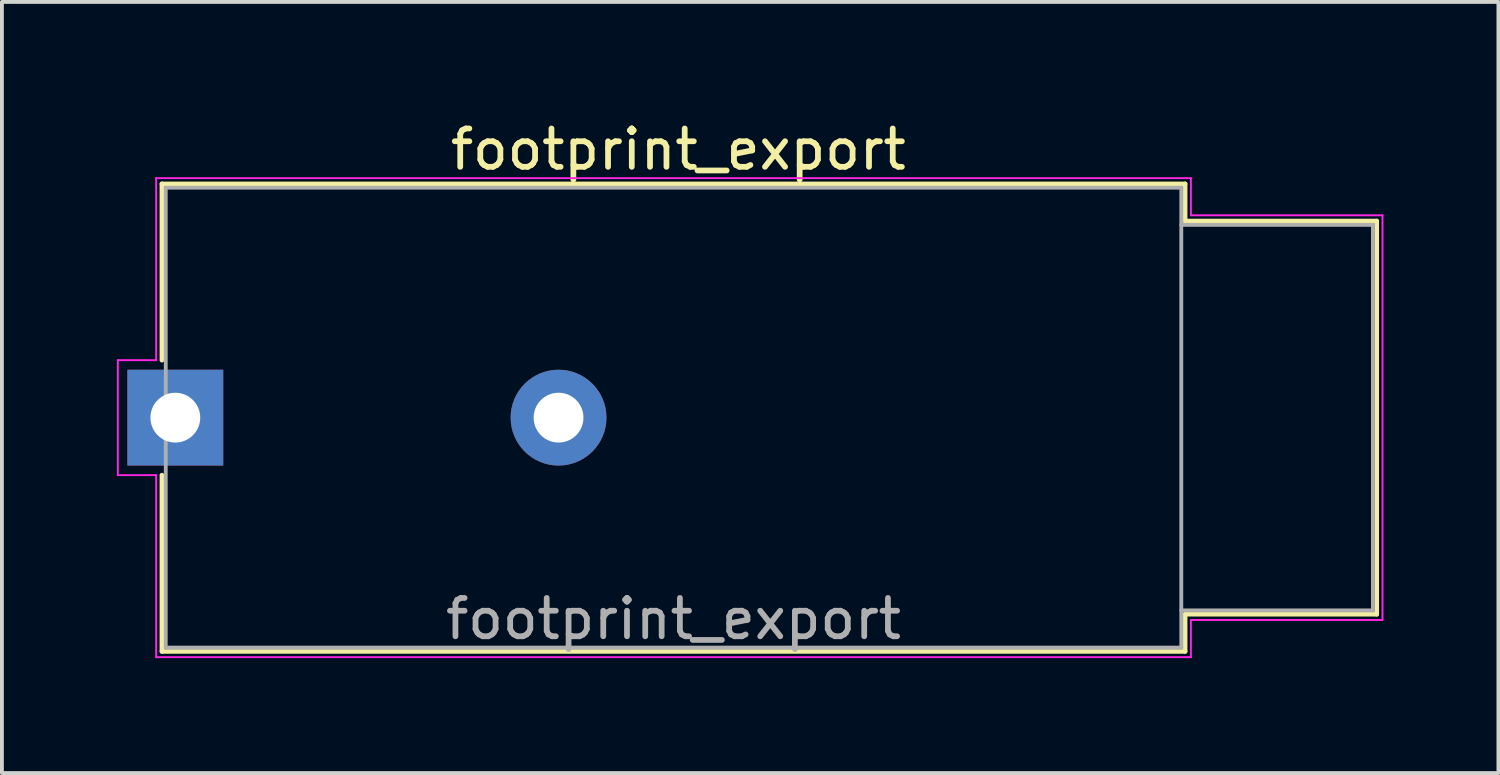
<source format=kicad_pcb>
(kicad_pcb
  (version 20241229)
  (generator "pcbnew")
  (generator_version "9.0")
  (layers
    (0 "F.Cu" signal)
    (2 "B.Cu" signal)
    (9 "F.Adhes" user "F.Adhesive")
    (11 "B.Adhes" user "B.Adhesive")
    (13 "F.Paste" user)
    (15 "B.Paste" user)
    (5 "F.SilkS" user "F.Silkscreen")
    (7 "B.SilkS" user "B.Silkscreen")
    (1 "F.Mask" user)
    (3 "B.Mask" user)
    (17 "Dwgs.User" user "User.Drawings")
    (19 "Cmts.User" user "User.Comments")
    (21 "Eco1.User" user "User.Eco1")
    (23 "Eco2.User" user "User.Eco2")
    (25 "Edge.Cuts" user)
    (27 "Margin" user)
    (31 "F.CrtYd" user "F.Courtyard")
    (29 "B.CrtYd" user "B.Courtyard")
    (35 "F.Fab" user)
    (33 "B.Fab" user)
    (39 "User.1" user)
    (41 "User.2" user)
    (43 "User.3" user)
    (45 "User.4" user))
  (footprint "footprint_export"
    (layer "F.Cu")
    (at 1.525 7.848)
    (property "Reference" "footprint_export" (at 13.125 -7 0) (layer "F.SilkS") (effects (font (size 1 1) (thickness 0.15))))
    (attr through_hole)
    (fp_line (start -0.35 -6.1) (end -0.35 -1.5) (stroke (width 0.12) (type solid)) (layer "F.SilkS"))
    (fp_line (start -0.35 1.5) (end -0.35 6.1) (stroke (width 0.12) (type solid)) (layer "F.SilkS"))
    (fp_line (start -0.35 6.1) (end 26.35 6.1) (stroke (width 0.12) (type solid)) (layer "F.SilkS"))
    (fp_line (start 26.35 -6.1) (end -0.35 -6.1) (stroke (width 0.12) (type solid)) (layer "F.SilkS"))
    (fp_line (start 26.35 -5.13) (end 26.35 -6.1) (stroke (width 0.12) (type solid)) (layer "F.SilkS"))
    (fp_line (start 26.35 -5.13) (end 31.35 -5.13) (stroke (width 0.12) (type solid)) (layer "F.SilkS"))
    (fp_line (start 26.35 5.13) (end 26.35 6.1) (stroke (width 0.12) (type solid)) (layer "F.SilkS"))
    (fp_line (start 31.35 -5.13) (end 31.35 5.13) (stroke (width 0.12) (type solid)) (layer "F.SilkS"))
    (fp_line (start 31.35 5.13) (end 26.35 5.13) (stroke (width 0.12) (type solid)) (layer "F.SilkS"))
    (fp_line (start -1.5 -1.5) (end -1.5 1.5) (stroke (width 0.05) (type solid)) (layer "F.CrtYd"))
    (fp_line (start -1.5 1.5) (end -0.5 1.5) (stroke (width 0.05) (type solid)) (layer "F.CrtYd"))
    (fp_line (start -0.5 -6.25) (end -0.5 -1.5) (stroke (width 0.05) (type solid)) (layer "F.CrtYd"))
    (fp_line (start -0.5 -6.25) (end 26.5 -6.25) (stroke (width 0.05) (type solid)) (layer "F.CrtYd"))
    (fp_line (start -0.5 -1.5) (end -1.5 -1.5) (stroke (width 0.05) (type solid)) (layer "F.CrtYd"))
    (fp_line (start -0.5 1.5) (end -0.5 6.25) (stroke (width 0.05) (type solid)) (layer "F.CrtYd"))
    (fp_line (start 26.5 -6.25) (end 26.5 -5.28) (stroke (width 0.05) (type solid)) (layer "F.CrtYd"))
    (fp_line (start 26.5 5.28) (end 26.5 6.25) (stroke (width 0.05) (type solid)) (layer "F.CrtYd"))
    (fp_line (start 26.5 5.28) (end 31.5 5.28) (stroke (width 0.05) (type solid)) (layer "F.CrtYd"))
    (fp_line (start 26.5 6.25) (end -0.5 6.25) (stroke (width 0.05) (type solid)) (layer "F.CrtYd"))
    (fp_line (start 31.5 -5.28) (end 26.5 -5.28) (stroke (width 0.05) (type solid)) (layer "F.CrtYd"))
    (fp_line (start 31.5 5.28) (end 31.5 -5.28) (stroke (width 0.05) (type solid)) (layer "F.CrtYd"))
    (fp_line (start -0.25 -6) (end 26.25 -6) (stroke (width 0.1) (type solid)) (layer "F.Fab"))
    (fp_line (start -0.25 6) (end -0.25 -6) (stroke (width 0.1) (type solid)) (layer "F.Fab"))
    (fp_line (start 26.25 -6) (end 26.25 6) (stroke (width 0.1) (type solid)) (layer "F.Fab"))
    (fp_line (start 26.25 -5.03) (end 31.25 -5.03) (stroke (width 0.1) (type solid)) (layer "F.Fab"))
    (fp_line (start 26.25 6) (end -0.25 6) (stroke (width 0.1) (type solid)) (layer "F.Fab"))
    (fp_line (start 31.25 -5.03) (end 31.25 5.03) (stroke (width 0.1) (type solid)) (layer "F.Fab"))
    (fp_line (start 31.25 5.03) (end 26.25 5.03) (stroke (width 0.1) (type solid)) (layer "F.Fab"))
    (fp_text user "${REFERENCE}" (at 13 5.25 0) (layer "F.Fab") (effects (font (size 1 1) (thickness 0.15))))
    (pad "1" thru_hole rect (at 0 0) (size 2.5 2.5) (drill 1.3) (layers "*.Cu" "*.Mask"))
    (pad "2" thru_hole circle (at 10 0) (size 2.5 2.5) (drill 1.3) (layers "*.Cu" "*.Mask")))
  (gr_rect
    (start -3 -3)
    (end 36.05 17.123)
    (stroke (width 0.1) (type default))
    (fill no)
    (layer "Edge.Cuts")))
</source>
